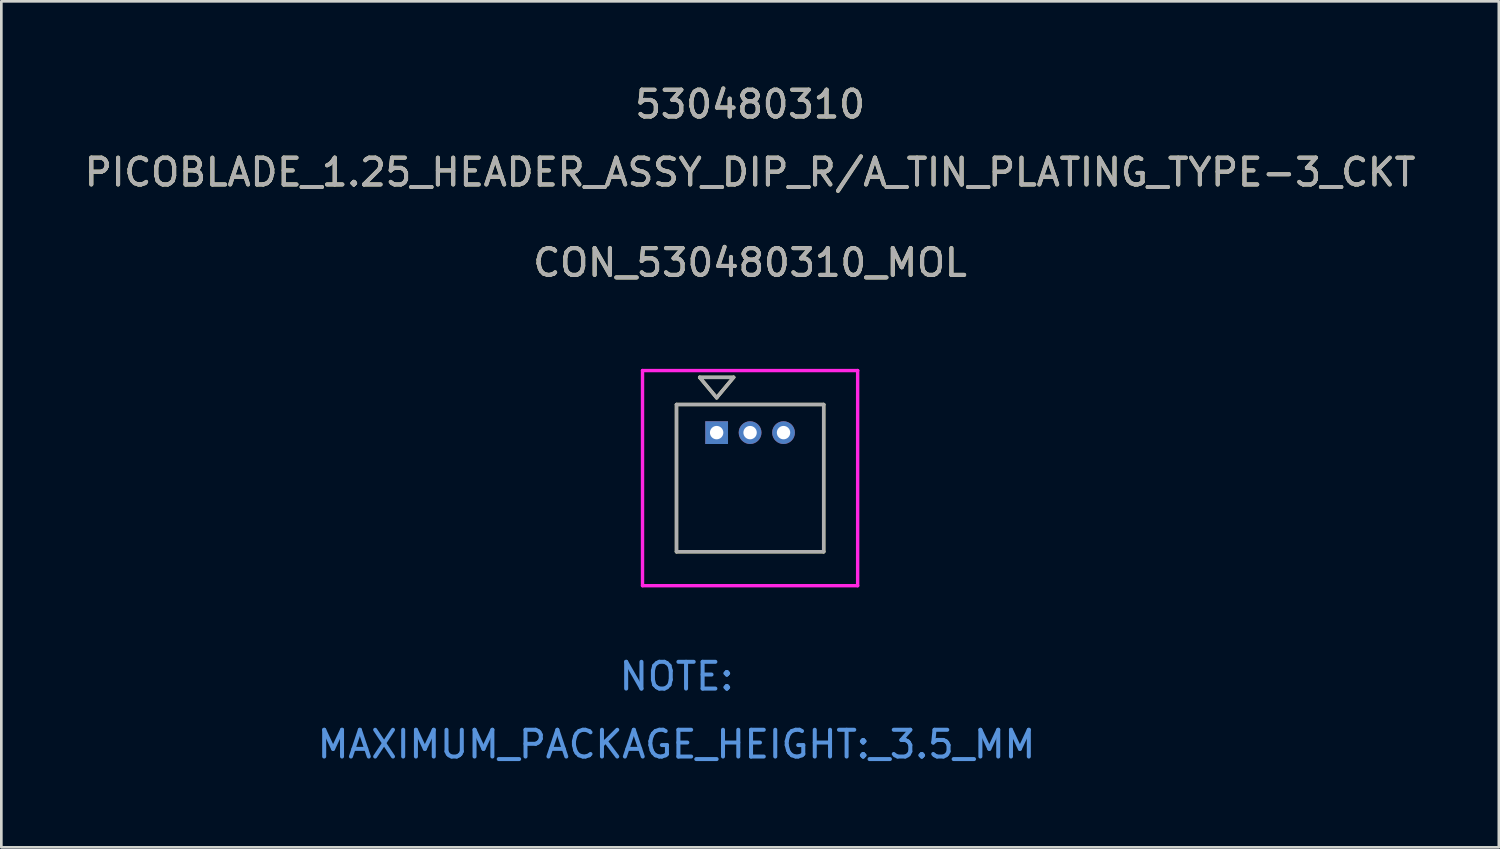
<source format=kicad_pcb>
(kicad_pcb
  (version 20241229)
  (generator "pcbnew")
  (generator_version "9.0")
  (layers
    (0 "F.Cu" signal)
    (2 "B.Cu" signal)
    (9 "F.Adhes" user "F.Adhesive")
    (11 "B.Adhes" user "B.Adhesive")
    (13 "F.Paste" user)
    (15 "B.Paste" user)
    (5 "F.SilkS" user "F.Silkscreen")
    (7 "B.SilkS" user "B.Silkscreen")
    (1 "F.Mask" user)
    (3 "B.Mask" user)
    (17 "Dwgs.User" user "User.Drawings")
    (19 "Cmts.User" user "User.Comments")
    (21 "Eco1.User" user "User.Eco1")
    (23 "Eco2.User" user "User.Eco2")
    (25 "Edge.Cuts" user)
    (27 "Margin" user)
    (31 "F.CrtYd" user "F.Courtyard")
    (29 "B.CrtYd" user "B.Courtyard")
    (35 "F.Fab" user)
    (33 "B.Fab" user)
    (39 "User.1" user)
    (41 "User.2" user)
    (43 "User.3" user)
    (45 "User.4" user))
  (footprint "CON_530480310_MOL"
    (layer "F.Cu")
    (at 23.732 13.118)
    (property "Reference" "CON_530480310_MOL" (at 1.25 -6.35 0) (unlocked yes) (layer "F.SilkS") (effects (font (size 1 1) (thickness 0.15))))
    (attr through_hole)
    (fp_line (start -1.5 -1.05) (end -1.5 4.45) (stroke (width 0.127) (type solid)) (layer "F.SilkS"))
    (fp_line (start -1.5 4.45) (end 4 4.45) (stroke (width 0.127) (type solid)) (layer "F.SilkS"))
    (fp_line (start -0.635 -2.066) (end 0 -1.304) (stroke (width 0.127) (type solid)) (layer "F.SilkS"))
    (fp_line (start 0 -1.304) (end 0.635 -2.066) (stroke (width 0.127) (type solid)) (layer "F.SilkS"))
    (fp_line (start 0.635 -2.066) (end -0.635 -2.066) (stroke (width 0.127) (type solid)) (layer "F.SilkS"))
    (fp_line (start 4 -1.05) (end -1.5 -1.05) (stroke (width 0.127) (type solid)) (layer "F.SilkS"))
    (fp_line (start 4 4.45) (end 4 -1.05) (stroke (width 0.127) (type solid)) (layer "F.SilkS"))
    (fp_line (start -2.77 -2.32) (end -2.77 5.72) (stroke (width 0.127) (type solid)) (layer "F.CrtYd"))
    (fp_line (start -2.77 5.72) (end 5.27 5.72) (stroke (width 0.127) (type solid)) (layer "F.CrtYd"))
    (fp_line (start 5.27 -2.32) (end -2.77 -2.32) (stroke (width 0.127) (type solid)) (layer "F.CrtYd"))
    (fp_line (start 5.27 5.72) (end 5.27 -2.32) (stroke (width 0.127) (type solid)) (layer "F.CrtYd"))
    (fp_line (start -1.5 -1.05) (end -1.5 4.45) (stroke (width 0.127) (type solid)) (layer "F.Fab"))
    (fp_line (start -1.5 4.45) (end 4 4.45) (stroke (width 0.127) (type solid)) (layer "F.Fab"))
    (fp_line (start -0.635 -2.066) (end 0 -1.304) (stroke (width 0.127) (type solid)) (layer "F.Fab"))
    (fp_line (start 0 -1.304) (end 0.635 -2.066) (stroke (width 0.127) (type solid)) (layer "F.Fab"))
    (fp_line (start 0.635 -2.066) (end -0.635 -2.066) (stroke (width 0.127) (type solid)) (layer "F.Fab"))
    (fp_line (start 4 -1.05) (end -1.5 -1.05) (stroke (width 0.127) (type solid)) (layer "F.Fab"))
    (fp_line (start 4 4.45) (end 4 -1.05) (stroke (width 0.127) (type solid)) (layer "F.Fab"))
    (fp_text user "530480310" (at 1.25 -12.27 0) (unlocked yes) (layer "F.SilkS") (effects (font (size 1 1) (thickness 0.15))))
    (fp_text user "PICOBLADE_1.25_HEADER_ASSY_DIP_R/A_TIN_PLATING_TYPE-3_CKT" (at 1.25 -9.73 0) (unlocked yes) (layer "F.SilkS") (effects (font (size 1 1) (thickness 0.15))))
    (fp_text user "MAXIMUM_PACKAGE_HEIGHT:_3.5_MM" (at -1.5 11.65 0) (unlocked yes) (layer "Cmts.User") (effects (font (size 1 1) (thickness 0.15))))
    (fp_text user "NOTE:" (at -1.5 9.11 0) (unlocked yes) (layer "Cmts.User") (effects (font (size 1 1) (thickness 0.15))))
    (fp_text user "530480310" (at 1.25 -12.27 0) (unlocked yes) (layer "F.Fab") (effects (font (size 1 1) (thickness 0.15))))
    (fp_text user "PICOBLADE_1.25_HEADER_ASSY_DIP_R/A_TIN_PLATING_TYPE-3_CKT" (at 1.25 -9.73 0) (unlocked yes) (layer "F.Fab") (effects (font (size 1 1) (thickness 0.15))))
    (fp_text user "${REFERENCE}" (at 1.25 -6.35 0) (unlocked yes) (layer "F.Fab") (effects (font (size 1 1) (thickness 0.15))))
    (pad "1" thru_hole rect (at 0 0) (size 0.85 0.85) (drill 0.5) (layers "*.Cu" "*.Mask"))
    (pad "2" thru_hole circle (at 1.25 0) (size 0.85 0.85) (drill 0.5) (layers "*.Cu" "*.Mask"))
    (pad "3" thru_hole circle (at 2.5 0) (size 0.85 0.85) (drill 0.5) (layers "*.Cu" "*.Mask")))
  (gr_rect
    (start -3 -3)
    (end 52.964 28.616)
    (stroke (width 0.1) (type default))
    (fill no)
    (layer "Edge.Cuts")))
</source>
